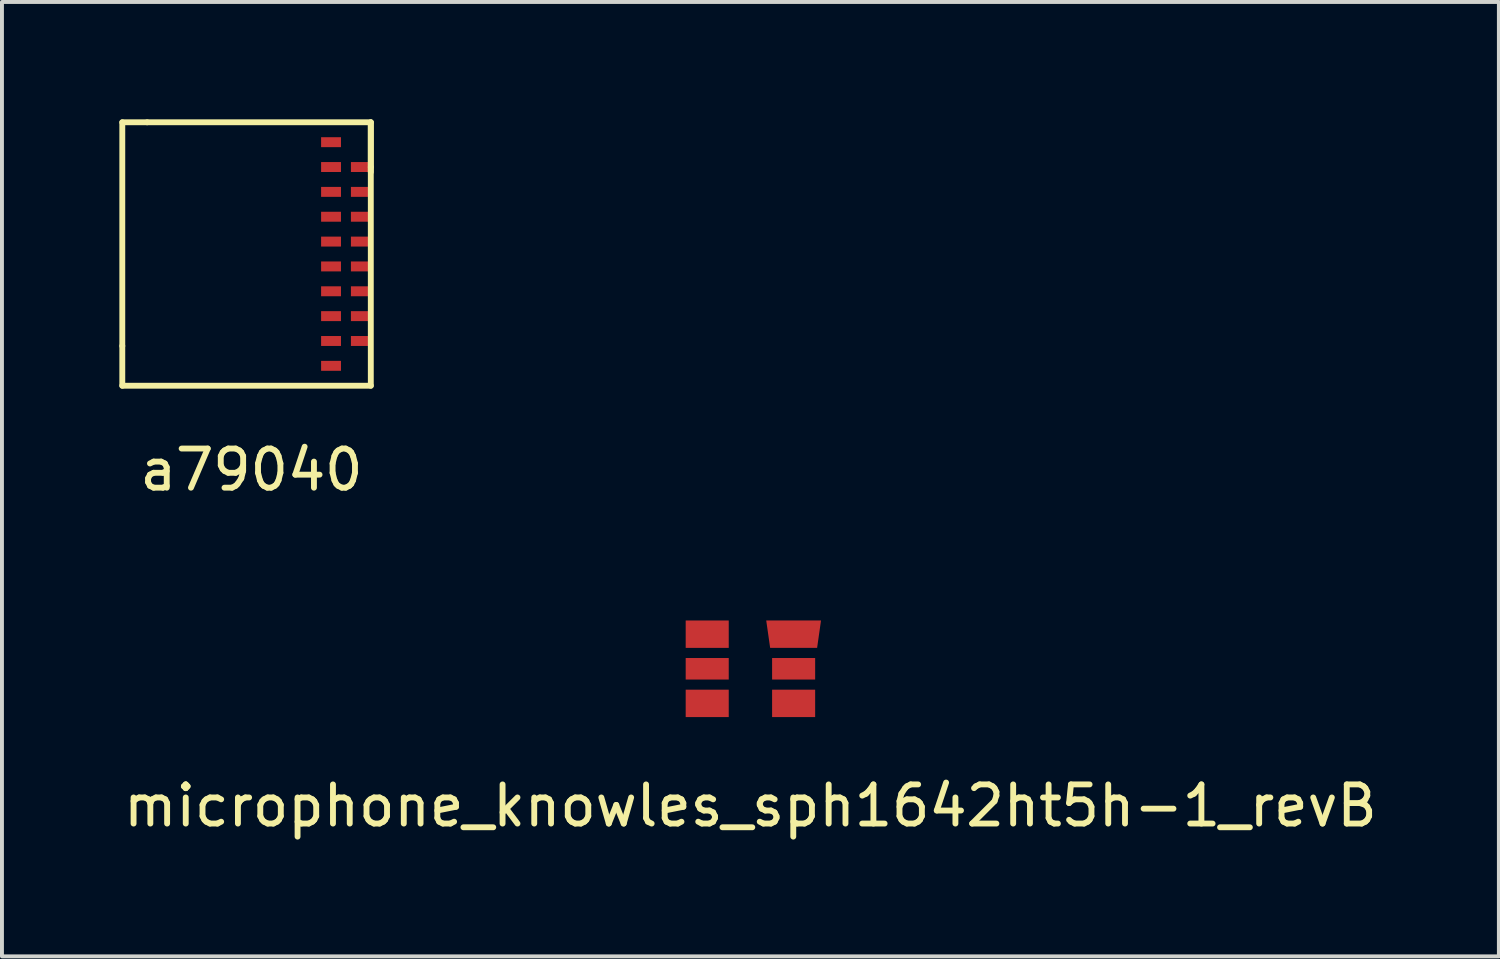
<source format=kicad_pcb>
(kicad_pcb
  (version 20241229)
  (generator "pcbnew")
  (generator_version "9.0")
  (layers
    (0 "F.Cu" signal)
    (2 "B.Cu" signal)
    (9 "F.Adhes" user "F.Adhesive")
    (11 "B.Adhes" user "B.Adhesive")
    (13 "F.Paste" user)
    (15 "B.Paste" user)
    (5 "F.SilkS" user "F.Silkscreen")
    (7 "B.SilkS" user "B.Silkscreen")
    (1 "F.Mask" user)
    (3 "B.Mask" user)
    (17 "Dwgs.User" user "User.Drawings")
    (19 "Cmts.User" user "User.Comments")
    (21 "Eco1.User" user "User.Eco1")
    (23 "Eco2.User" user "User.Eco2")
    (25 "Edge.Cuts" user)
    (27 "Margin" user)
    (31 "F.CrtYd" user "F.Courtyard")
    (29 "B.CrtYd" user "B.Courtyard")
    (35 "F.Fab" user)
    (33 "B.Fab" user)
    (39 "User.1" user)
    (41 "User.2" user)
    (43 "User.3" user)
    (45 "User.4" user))
  (footprint "microphone_knowles_sph1642ht5h-1_revB"
    (layer "F.Cu")
    (at 16.125 14.039)
    (property "Reference" "microphone_knowles_sph1642ht5h-1_revB" (at 0 3.5 0) (layer "F.SilkS") (effects (font (size 1 1) (thickness 0.15))))
    (attr through_hole)
    (pad "1" smd rect (at -1.104 -0.884) (size 1.1 0.7) (layers "F.Cu" "F.Mask" "F.Paste"))
    (pad "2" smd rect (at -1.104 0) (size 1.1 0.55) (layers "F.Cu" "F.Mask" "F.Paste"))
    (pad "3" smd rect (at -1.104 0.884) (size 1.1 0.7) (layers "F.Cu" "F.Mask" "F.Paste"))
    (pad "4" smd rect (at 1.104 0.884) (size 1.1 0.7) (layers "F.Cu" "F.Mask" "F.Paste"))
    (pad "5" smd rect (at 1.104 0) (size 1.1 0.55) (layers "F.Cu" "F.Mask" "F.Paste"))
    (pad "6" smd trapezoid (at 1.104 -0.884) (size 1.3 0.7) (rect_delta 0 -0.1) (layers "F.Cu" "F.Mask" "F.Paste")))
  (footprint "a79040"
    (layer "F.Cu")
    (at 3.25 3.377)
    (property "Reference" "a79040" (at 0.127 5.58 0) (layer "F.SilkS") (effects (font (size 1 1) (thickness 0.15))))
    (attr through_hole)
    (fp_line (start -3.175 -3.302) (end -3.175 2.413) (stroke (width 0.15) (type solid)) (layer "F.SilkS"))
    (fp_line (start -3.175 2.413) (end -3.175 3.429) (stroke (width 0.15) (type solid)) (layer "F.SilkS"))
    (fp_line (start -2.54 -3.302) (end -3.175 -3.302) (stroke (width 0.15) (type solid)) (layer "F.SilkS"))
    (fp_line (start 3.175 -3.302) (end -2.54 -3.302) (stroke (width 0.15) (type solid)) (layer "F.SilkS"))
    (fp_line (start 3.175 -3.302) (end 3.175 -2.032) (stroke (width 0.15) (type solid)) (layer "F.SilkS"))
    (fp_line (start 3.175 -2.159) (end 3.175 -3.302) (stroke (width 0.15) (type solid)) (layer "F.SilkS"))
    (fp_line (start 3.175 3.429) (end -3.175 3.429) (stroke (width 0.15) (type solid)) (layer "F.SilkS"))
    (fp_line (start 3.175 3.429) (end 3.175 -2.159) (stroke (width 0.15) (type solid)) (layer "F.SilkS"))
    (pad "1" smd rect (at 2.159 2.921) (size 0.508 0.254) (layers "F.Cu" "F.Mask" "F.Paste"))
    (pad "2" smd rect (at 2.159 2.286) (size 0.508 0.254) (layers "F.Cu" "F.Mask" "F.Paste"))
    (pad "3" smd rect (at 2.159 1.651) (size 0.508 0.254) (layers "F.Cu" "F.Mask" "F.Paste"))
    (pad "4" smd rect (at 2.159 1.016) (size 0.508 0.254) (layers "F.Cu" "F.Mask" "F.Paste"))
    (pad "5" smd rect (at 2.159 0.381) (size 0.508 0.254) (layers "F.Cu" "F.Mask" "F.Paste"))
    (pad "6" smd rect (at 2.159 -0.254) (size 0.508 0.254) (layers "F.Cu" "F.Mask" "F.Paste"))
    (pad "7" smd rect (at 2.159 -0.889) (size 0.508 0.254) (layers "F.Cu" "F.Mask" "F.Paste"))
    (pad "8" smd rect (at 2.159 -1.524) (size 0.508 0.254) (layers "F.Cu" "F.Mask" "F.Paste"))
    (pad "9" smd rect (at 2.159 -2.159) (size 0.508 0.254) (layers "F.Cu" "F.Mask" "F.Paste"))
    (pad "10" smd rect (at 2.159 -2.794) (size 0.508 0.254) (layers "F.Cu" "F.Mask" "F.Paste"))
    (pad "11" smd rect (at 2.921 -2.159) (size 0.508 0.254) (layers "F.Cu" "F.Mask" "F.Paste"))
    (pad "12" smd rect (at 2.921 -1.524) (size 0.508 0.254) (layers "F.Cu" "F.Mask" "F.Paste"))
    (pad "13" smd rect (at 2.921 -0.889) (size 0.508 0.254) (layers "F.Cu" "F.Mask" "F.Paste"))
    (pad "14" smd rect (at 2.921 -0.254) (size 0.508 0.254) (layers "F.Cu" "F.Mask" "F.Paste"))
    (pad "15" smd rect (at 2.921 0.381) (size 0.508 0.254) (layers "F.Cu" "F.Mask" "F.Paste"))
    (pad "16" smd rect (at 2.921 1.016) (size 0.508 0.254) (layers "F.Cu" "F.Mask" "F.Paste"))
    (pad "17" smd rect (at 2.921 1.651) (size 0.508 0.254) (layers "F.Cu" "F.Mask" "F.Paste"))
    (pad "18" smd rect (at 2.921 2.286) (size 0.508 0.254) (layers "F.Cu" "F.Mask" "F.Paste")))
  (gr_rect
    (start -3 -3)
    (end 35.25 21.387)
    (stroke (width 0.1) (type default))
    (fill no)
    (layer "Edge.Cuts")))
</source>
